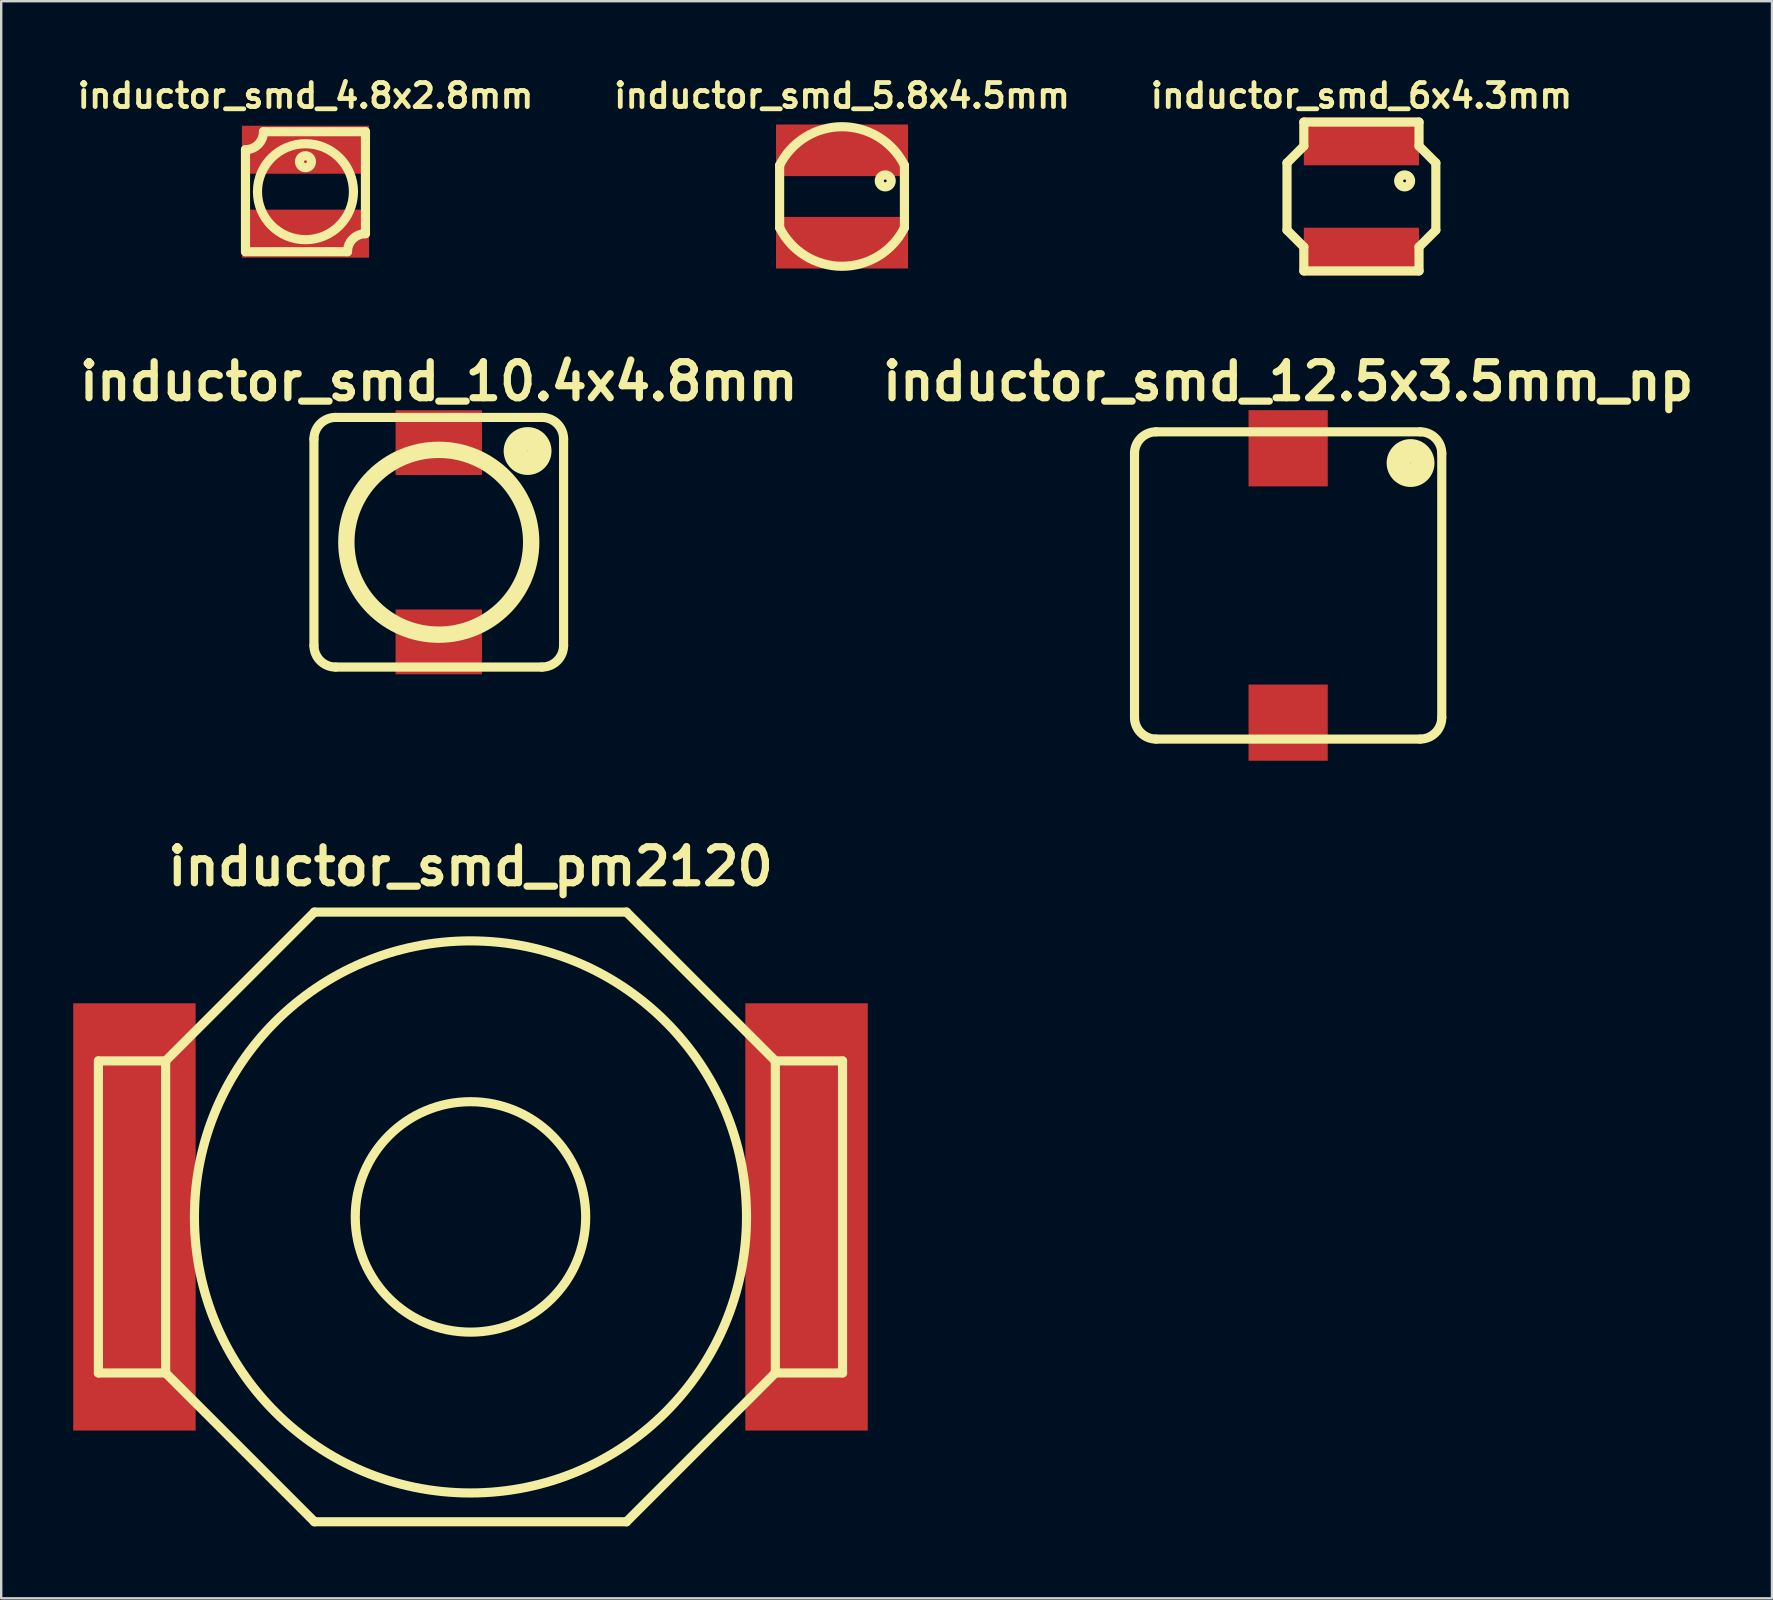
<source format=kicad_pcb>
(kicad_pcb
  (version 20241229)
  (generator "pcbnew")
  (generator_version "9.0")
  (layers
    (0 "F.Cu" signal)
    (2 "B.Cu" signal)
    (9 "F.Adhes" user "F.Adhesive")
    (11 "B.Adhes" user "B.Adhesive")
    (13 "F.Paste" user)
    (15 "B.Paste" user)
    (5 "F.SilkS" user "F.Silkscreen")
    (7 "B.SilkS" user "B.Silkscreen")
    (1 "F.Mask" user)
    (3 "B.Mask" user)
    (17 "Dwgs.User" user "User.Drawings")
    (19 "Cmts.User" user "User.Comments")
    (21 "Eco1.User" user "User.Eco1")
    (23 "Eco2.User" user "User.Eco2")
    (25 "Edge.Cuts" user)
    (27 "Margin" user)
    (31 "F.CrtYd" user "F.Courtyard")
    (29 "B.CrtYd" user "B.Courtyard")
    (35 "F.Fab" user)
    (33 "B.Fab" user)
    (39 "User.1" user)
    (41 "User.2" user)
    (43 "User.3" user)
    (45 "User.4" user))
  (footprint "inductor_smd_12.5x3.5mm_np"
    (layer "F.Cu")
    (at 50.614 21.34)
    (property "Reference" "inductor_smd_12.5x3.5mm_np" (at 0 -8.5 0) (layer "F.SilkS") (effects (font (size 1.5 1.5) (thickness 0.3))))
    (attr through_hole)
    (fp_line (start -6.4 5.5) (end -6.4 -5.5) (stroke (width 0.381) (type solid)) (layer "F.SilkS"))
    (fp_line (start -5.5 -6.4) (end 5.5 -6.4) (stroke (width 0.381) (type solid)) (layer "F.SilkS"))
    (fp_line (start -5.5 6.4) (end 5.5 6.4) (stroke (width 0.381) (type solid)) (layer "F.SilkS"))
    (fp_line (start 6.4 -5.5) (end 6.4 5.5) (stroke (width 0.381) (type solid)) (layer "F.SilkS"))
    (fp_arc (start -6.4 -5.5) (mid -6.136396 -6.136396) (end -5.5 -6.4) (stroke (width 0.381) (type solid)) (layer "F.SilkS"))
    (fp_arc (start -5.5 6.4) (mid -6.136396 6.136396) (end -6.4 5.5) (stroke (width 0.381) (type solid)) (layer "F.SilkS"))
    (fp_arc (start 5.5 -6.4) (mid 6.136396 -6.136396) (end 6.4 -5.5) (stroke (width 0.381) (type solid)) (layer "F.SilkS"))
    (fp_arc (start 6.4 5.5) (mid 6.136396 6.136396) (end 5.5 6.4) (stroke (width 0.381) (type solid)) (layer "F.SilkS"))
    (fp_circle (center 5.1 -5.1) (end 5.3 -5.1) (stroke (width 0.381) (type solid)) (fill no) (layer "F.SilkS"))
    (fp_circle (center 5.1 -5.1) (end 5.6 -5.1) (stroke (width 0.381) (type solid)) (fill no) (layer "F.SilkS"))
    (fp_circle (center 5.1 -5.1) (end 5.9 -5) (stroke (width 0.381) (type solid)) (fill no) (layer "F.SilkS"))
    (pad "1" smd rect (at 0 -5.715) (size 3.3 3.175) (layers "F.Cu" "F.Mask" "F.Paste"))
    (pad "2" smd rect (at 0 5.715) (size 3.3 3.175) (layers "F.Cu" "F.Mask" "F.Paste")))
  (footprint "inductor_smd_5.8x4.5mm"
    (layer "F.Cu")
    (at 32.029 5.136)
    (property "Reference" "inductor_smd_5.8x4.5mm" (at 0 -4.2 0) (layer "F.SilkS") (effects (font (size 1 1) (thickness 0.2))))
    (attr through_hole)
    (fp_line (start -2.6 -1.3) (end -2.6 1.3) (stroke (width 0.381) (type solid)) (layer "F.SilkS"))
    (fp_line (start 2.6 1.3) (end 2.6 -1.3) (stroke (width 0.381) (type solid)) (layer "F.SilkS"))
    (fp_arc (start -2.599999 -1.3) (mid 0 -2.906887) (end 2.599999 -1.299999) (stroke (width 0.381) (type solid)) (layer "F.SilkS"))
    (fp_arc (start 2.599999 1.3) (mid 0 2.906887) (end -2.599999 1.299999) (stroke (width 0.381) (type solid)) (layer "F.SilkS"))
    (fp_circle (center 1.8 -0.65) (end 1.8 -0.401) (stroke (width 0.381) (type solid)) (fill no) (layer "F.SilkS"))
    (pad "1" smd rect (at 0 -1.925) (size 5.5 2.15) (layers "F.Cu" "F.Mask" "F.Paste"))
    (pad "2" smd rect (at 0 1.925) (size 5.5 2.15) (layers "F.Cu" "F.Mask" "F.Paste")))
  (footprint "inductor_smd_4.8x2.8mm"
    (layer "F.Cu")
    (at 9.676 4.936)
    (property "Reference" "inductor_smd_4.8x2.8mm" (at 0 -4 0) (layer "F.SilkS") (effects (font (size 1 1) (thickness 0.2))))
    (attr through_hole)
    (fp_line (start -2.499 2.499) (end -2.499 -1.75) (stroke (width 0.381) (type solid)) (layer "F.SilkS"))
    (fp_line (start -1.75 -2.499) (end 2.499 -2.499) (stroke (width 0.381) (type solid)) (layer "F.SilkS"))
    (fp_line (start 1.75 2.499) (end -2.499 2.499) (stroke (width 0.381) (type solid)) (layer "F.SilkS"))
    (fp_line (start 2.499 -2.499) (end 2.499 1.75) (stroke (width 0.381) (type solid)) (layer "F.SilkS"))
    (fp_arc (start -1.75006 -2.49936) (mid -1.969525 -1.969525) (end -2.49936 -1.75006) (stroke (width 0.381) (type solid)) (layer "F.SilkS"))
    (fp_arc (start 1.75006 2.49936) (mid 1.969525 1.969525) (end 2.49936 1.75006) (stroke (width 0.381) (type solid)) (layer "F.SilkS"))
    (fp_circle (center 0 -1.25) (end 0 -1.001) (stroke (width 0.381) (type solid)) (fill no) (layer "F.SilkS"))
    (fp_circle (center 0 0) (end -1.999 0) (stroke (width 0.381) (type solid)) (fill no) (layer "F.SilkS"))
    (pad "1" smd rect (at 0 -1.748) (size 5.296 1.999) (layers "F.Cu" "F.Mask" "F.Paste"))
    (pad "2" smd rect (at 0 1.748) (size 5.296 1.999) (layers "F.Cu" "F.Mask" "F.Paste")))
  (footprint "inductor_smd_10.4x4.8mm"
    (layer "F.Cu")
    (at 15.229 19.54)
    (property "Reference" "inductor_smd_10.4x4.8mm" (at 0 -6.7 0) (layer "F.SilkS") (effects (font (size 1.5 1.5) (thickness 0.3))))
    (attr through_hole)
    (fp_line (start -5.2 4.3) (end -5.2 -4.3) (stroke (width 0.381) (type solid)) (layer "F.SilkS"))
    (fp_line (start -4.3 -5.2) (end 4.3 -5.2) (stroke (width 0.381) (type solid)) (layer "F.SilkS"))
    (fp_line (start -4.3 5.2) (end 4.3 5.2) (stroke (width 0.381) (type solid)) (layer "F.SilkS"))
    (fp_line (start 5.2 -4.3) (end 5.2 4.3) (stroke (width 0.381) (type solid)) (layer "F.SilkS"))
    (fp_arc (start -5.2 -4.3) (mid -4.936396 -4.936396) (end -4.3 -5.2) (stroke (width 0.381) (type solid)) (layer "F.SilkS"))
    (fp_arc (start -4.3 5.2) (mid -4.936396 4.936396) (end -5.2 4.3) (stroke (width 0.381) (type solid)) (layer "F.SilkS"))
    (fp_arc (start 4.3 -5.2) (mid 4.936396 -4.936396) (end 5.2 -4.3) (stroke (width 0.381) (type solid)) (layer "F.SilkS"))
    (fp_arc (start 5.2 4.3) (mid 4.936396 4.936396) (end 4.3 5.2) (stroke (width 0.381) (type solid)) (layer "F.SilkS"))
    (fp_circle (center 0 0) (end 3.7 0) (stroke (width 0.381) (type solid)) (fill no) (layer "F.SilkS"))
    (fp_circle (center 0 0) (end 4 0) (stroke (width 0.381) (type solid)) (fill no) (layer "F.SilkS"))
    (fp_circle (center 3.7 -3.8) (end 3.9 -3.8) (stroke (width 0.381) (type solid)) (fill no) (layer "F.SilkS"))
    (fp_circle (center 3.7 -3.8) (end 4.2 -3.8) (stroke (width 0.381) (type solid)) (fill no) (layer "F.SilkS"))
    (fp_circle (center 3.7 -3.8) (end 4.5 -3.7) (stroke (width 0.381) (type solid)) (fill no) (layer "F.SilkS"))
    (pad "1" smd rect (at 0 -4.15) (size 3.6 2.7) (layers "F.Cu" "F.Mask" "F.Paste"))
    (pad "2" smd rect (at 0 4.15) (size 3.6 2.7) (layers "F.Cu" "F.Mask" "F.Paste")))
  (footprint "inductor_smd_6x4.3mm"
    (layer "F.Cu")
    (at 53.667 5.136)
    (property "Reference" "inductor_smd_6x4.3mm" (at 0 -4.2 0) (layer "F.SilkS") (effects (font (size 1 1) (thickness 0.2))))
    (attr through_hole)
    (fp_line (start -3.1 1.4) (end -3.1 -1.4) (stroke (width 0.381) (type solid)) (layer "F.SilkS"))
    (fp_line (start -2.4 -3.1) (end 2.4 -3.1) (stroke (width 0.381) (type solid)) (layer "F.SilkS"))
    (fp_line (start -2.4 -2.1) (end -3.1 -1.4) (stroke (width 0.381) (type solid)) (layer "F.SilkS"))
    (fp_line (start -2.4 -2.1) (end -2.4 -3.1) (stroke (width 0.381) (type solid)) (layer "F.SilkS"))
    (fp_line (start -2.4 2.1) (end -3.1 1.4) (stroke (width 0.381) (type solid)) (layer "F.SilkS"))
    (fp_line (start -2.4 2.1) (end -2.4 3.1) (stroke (width 0.381) (type solid)) (layer "F.SilkS"))
    (fp_line (start 2.4 -3.1) (end 2.4 -2.1) (stroke (width 0.381) (type solid)) (layer "F.SilkS"))
    (fp_line (start 2.4 -2.1) (end 3.1 -1.4) (stroke (width 0.381) (type solid)) (layer "F.SilkS"))
    (fp_line (start 2.4 2.1) (end 3.1 1.4) (stroke (width 0.381) (type solid)) (layer "F.SilkS"))
    (fp_line (start 2.4 3.1) (end -2.4 3.1) (stroke (width 0.381) (type solid)) (layer "F.SilkS"))
    (fp_line (start 2.4 3.1) (end 2.4 2.1) (stroke (width 0.381) (type solid)) (layer "F.SilkS"))
    (fp_line (start 3.1 1.4) (end 3.1 -1.4) (stroke (width 0.381) (type solid)) (layer "F.SilkS"))
    (fp_circle (center 1.8 -0.65) (end 1.8 -0.401) (stroke (width 0.381) (type solid)) (fill no) (layer "F.SilkS"))
    (pad "1" smd rect (at 0 -2.3) (size 4.8 2) (layers "F.Cu" "F.Mask" "F.Paste"))
    (pad "2" smd rect (at 0 2.3) (size 4.8 2) (layers "F.Cu" "F.Mask" "F.Paste")))
  (footprint "inductor_smd_pm2120"
    (layer "F.Cu")
    (at 16.55 47.647)
    (property "Reference" "inductor_smd_pm2120" (at 0 -14.6 0) (layer "F.SilkS") (effects (font (size 1.5 1.5) (thickness 0.3))))
    (attr through_hole)
    (fp_line (start -15.5 -6.5) (end -15.5 6.5) (stroke (width 0.381) (type solid)) (layer "F.SilkS"))
    (fp_line (start -15.5 -6.5) (end -12.7 -6.5) (stroke (width 0.381) (type solid)) (layer "F.SilkS"))
    (fp_line (start -15.5 6.5) (end -12.7 6.5) (stroke (width 0.381) (type solid)) (layer "F.SilkS"))
    (fp_line (start -12.7 -6.5) (end -12.7 6.5) (stroke (width 0.381) (type solid)) (layer "F.SilkS"))
    (fp_line (start -12.7 6.5) (end -6.5 12.7) (stroke (width 0.381) (type solid)) (layer "F.SilkS"))
    (fp_line (start -6.5 -12.7) (end -12.7 -6.5) (stroke (width 0.381) (type solid)) (layer "F.SilkS"))
    (fp_line (start -6.5 -12.7) (end 6.5 -12.7) (stroke (width 0.381) (type solid)) (layer "F.SilkS"))
    (fp_line (start -6.5 12.7) (end 6.5 12.7) (stroke (width 0.381) (type solid)) (layer "F.SilkS"))
    (fp_line (start 6.5 12.7) (end 12.7 6.5) (stroke (width 0.381) (type solid)) (layer "F.SilkS"))
    (fp_line (start 12.7 -6.5) (end 6.5 -12.7) (stroke (width 0.381) (type solid)) (layer "F.SilkS"))
    (fp_line (start 12.7 -6.5) (end 12.7 6.5) (stroke (width 0.381) (type solid)) (layer "F.SilkS"))
    (fp_line (start 15.5 -6.5) (end 12.7 -6.5) (stroke (width 0.381) (type solid)) (layer "F.SilkS"))
    (fp_line (start 15.5 -6.5) (end 15.5 6.5) (stroke (width 0.381) (type solid)) (layer "F.SilkS"))
    (fp_line (start 15.5 6.5) (end 12.7 6.5) (stroke (width 0.381) (type solid)) (layer "F.SilkS"))
    (fp_circle (center 0 0) (end 4.8 0) (stroke (width 0.381) (type solid)) (fill no) (layer "F.SilkS"))
    (fp_circle (center 0 0) (end 11.5 0) (stroke (width 0.381) (type solid)) (fill no) (layer "F.SilkS"))
    (pad "1" smd rect (at -14 0) (size 5.1 17.8) (layers "F.Cu" "F.Mask" "F.Paste"))
    (pad "2" smd rect (at 14 0) (size 5.1 17.8) (layers "F.Cu" "F.Mask" "F.Paste")))
  (gr_rect
    (start -3 -3)
    (end 70.771 63.537)
    (stroke (width 0.1) (type default))
    (fill no)
    (layer "Edge.Cuts")))
</source>
